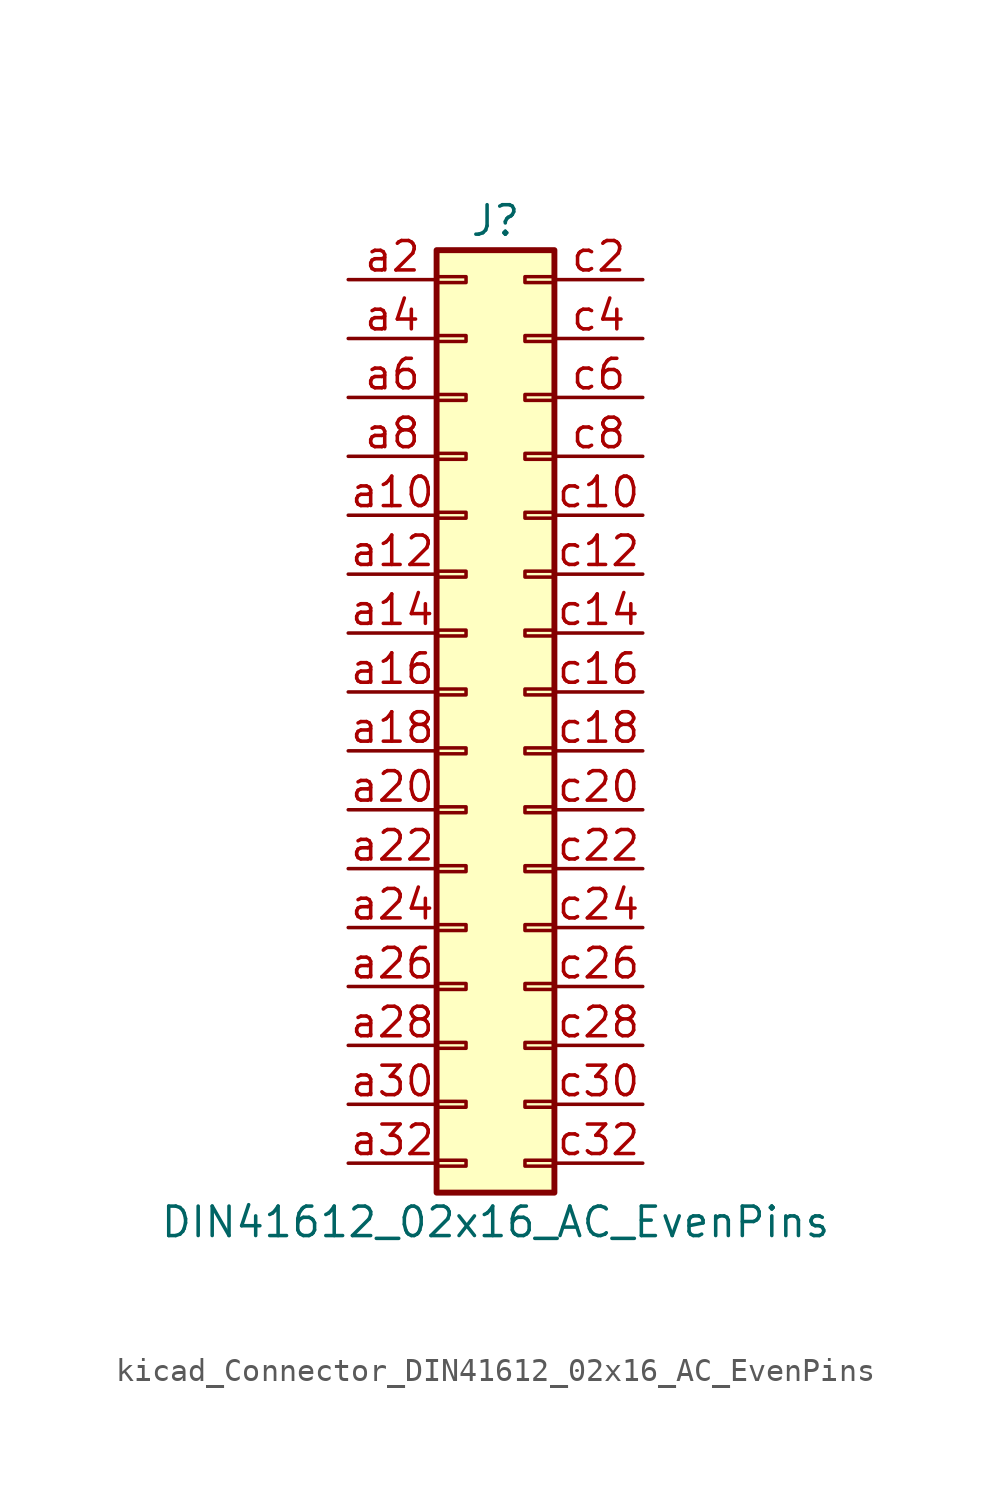
<source format=kicad_sym>
(kicad_symbol_lib
  (version 20220914)
  (generator kicad_symbol_editor)
  (symbol "kicad_Connector_DIN41612_02x16_AC_EvenPins"
    (pin_names
      (offset 1.016) hide)
    (property "Reference" "J"
      (at 1.27 20.32 0)
      (effects (font (size 1.27 1.27))))
    (property "Value" "DIN41612_02x16_AC_EvenPins"
      (at 1.27 -22.86 0)
      (effects (font (size 1.27 1.27))))
    (symbol "kicad_Connector_DIN41612_02x16_AC_EvenPins_1_1"
      (rectangle (start -1.27 -20.193) (end 0 -20.447) (stroke (width 0.152) (type default)) (fill (type none)))
      (rectangle (start -1.27 -17.653) (end 0 -17.907) (stroke (width 0.152) (type default)) (fill (type none)))
      (rectangle (start -1.27 -15.113) (end 0 -15.367) (stroke (width 0.152) (type default)) (fill (type none)))
      (rectangle (start -1.27 -12.573) (end 0 -12.827) (stroke (width 0.152) (type default)) (fill (type none)))
      (rectangle (start -1.27 -10.033) (end 0 -10.287) (stroke (width 0.152) (type default)) (fill (type none)))
      (rectangle (start -1.27 -7.493) (end 0 -7.747) (stroke (width 0.152) (type default)) (fill (type none)))
      (rectangle (start -1.27 -4.953) (end 0 -5.207) (stroke (width 0.152) (type default)) (fill (type none)))
      (rectangle (start -1.27 -2.413) (end 0 -2.667) (stroke (width 0.152) (type default)) (fill (type none)))
      (rectangle (start -1.27 0.127) (end 0 -0.127) (stroke (width 0.152) (type default)) (fill (type none)))
      (rectangle (start -1.27 2.667) (end 0 2.413) (stroke (width 0.152) (type default)) (fill (type none)))
      (rectangle (start -1.27 5.207) (end 0 4.953) (stroke (width 0.152) (type default)) (fill (type none)))
      (rectangle (start -1.27 7.747) (end 0 7.493) (stroke (width 0.152) (type default)) (fill (type none)))
      (rectangle (start -1.27 10.287) (end 0 10.033) (stroke (width 0.152) (type default)) (fill (type none)))
      (rectangle (start -1.27 12.827) (end 0 12.573) (stroke (width 0.152) (type default)) (fill (type none)))
      (rectangle (start -1.27 15.367) (end 0 15.113) (stroke (width 0.152) (type default)) (fill (type none)))
      (rectangle (start -1.27 17.907) (end 0 17.653) (stroke (width 0.152) (type default)) (fill (type none)))
      (rectangle (start -1.27 19.05) (end 3.81 -21.59) (stroke (width 0.254) (type default)) (fill (type background)))
      (rectangle (start 3.81 -20.193) (end 2.54 -20.447) (stroke (width 0.152) (type default)) (fill (type none)))
      (rectangle (start 3.81 -17.653) (end 2.54 -17.907) (stroke (width 0.152) (type default)) (fill (type none)))
      (rectangle (start 3.81 -15.113) (end 2.54 -15.367) (stroke (width 0.152) (type default)) (fill (type none)))
      (rectangle (start 3.81 -12.573) (end 2.54 -12.827) (stroke (width 0.152) (type default)) (fill (type none)))
      (rectangle (start 3.81 -10.033) (end 2.54 -10.287) (stroke (width 0.152) (type default)) (fill (type none)))
      (rectangle (start 3.81 -7.493) (end 2.54 -7.747) (stroke (width 0.152) (type default)) (fill (type none)))
      (rectangle (start 3.81 -4.953) (end 2.54 -5.207) (stroke (width 0.152) (type default)) (fill (type none)))
      (rectangle (start 3.81 -2.413) (end 2.54 -2.667) (stroke (width 0.152) (type default)) (fill (type none)))
      (rectangle (start 3.81 0.127) (end 2.54 -0.127) (stroke (width 0.152) (type default)) (fill (type none)))
      (rectangle (start 3.81 2.667) (end 2.54 2.413) (stroke (width 0.152) (type default)) (fill (type none)))
      (rectangle (start 3.81 5.207) (end 2.54 4.953) (stroke (width 0.152) (type default)) (fill (type none)))
      (rectangle (start 3.81 7.747) (end 2.54 7.493) (stroke (width 0.152) (type default)) (fill (type none)))
      (rectangle (start 3.81 10.287) (end 2.54 10.033) (stroke (width 0.152) (type default)) (fill (type none)))
      (rectangle (start 3.81 12.827) (end 2.54 12.573) (stroke (width 0.152) (type default)) (fill (type none)))
      (rectangle (start 3.81 15.367) (end 2.54 15.113) (stroke (width 0.152) (type default)) (fill (type none)))
      (rectangle (start 3.81 17.907) (end 2.54 17.653) (stroke (width 0.152) (type default)) (fill (type none)))
      (pin passive line (at -5.08 7.62 0) (length 3.81) (name "Pin_a10" (effects (font (size 1.27 1.27)))) (number "a10" (effects (font (size 1.27 1.27)))))
      (pin passive line (at -5.08 5.08 0) (length 3.81) (name "Pin_a12" (effects (font (size 1.27 1.27)))) (number "a12" (effects (font (size 1.27 1.27)))))
      (pin passive line (at -5.08 2.54 0) (length 3.81) (name "Pin_a14" (effects (font (size 1.27 1.27)))) (number "a14" (effects (font (size 1.27 1.27)))))
      (pin passive line (at -5.08 0 0) (length 3.81) (name "Pin_a16" (effects (font (size 1.27 1.27)))) (number "a16" (effects (font (size 1.27 1.27)))))
      (pin passive line (at -5.08 -2.54 0) (length 3.81) (name "Pin_a18" (effects (font (size 1.27 1.27)))) (number "a18" (effects (font (size 1.27 1.27)))))
      (pin passive line (at -5.08 17.78 0) (length 3.81) (name "Pin_a2" (effects (font (size 1.27 1.27)))) (number "a2" (effects (font (size 1.27 1.27)))))
      (pin passive line (at -5.08 -5.08 0) (length 3.81) (name "Pin_a20" (effects (font (size 1.27 1.27)))) (number "a20" (effects (font (size 1.27 1.27)))))
      (pin passive line (at -5.08 -7.62 0) (length 3.81) (name "Pin_a22" (effects (font (size 1.27 1.27)))) (number "a22" (effects (font (size 1.27 1.27)))))
      (pin passive line (at -5.08 -10.16 0) (length 3.81) (name "Pin_a24" (effects (font (size 1.27 1.27)))) (number "a24" (effects (font (size 1.27 1.27)))))
      (pin passive line (at -5.08 -12.7 0) (length 3.81) (name "Pin_a26" (effects (font (size 1.27 1.27)))) (number "a26" (effects (font (size 1.27 1.27)))))
      (pin passive line (at -5.08 -15.24 0) (length 3.81) (name "Pin_a28" (effects (font (size 1.27 1.27)))) (number "a28" (effects (font (size 1.27 1.27)))))
      (pin passive line (at -5.08 -17.78 0) (length 3.81) (name "Pin_a30" (effects (font (size 1.27 1.27)))) (number "a30" (effects (font (size 1.27 1.27)))))
      (pin passive line (at -5.08 -20.32 0) (length 3.81) (name "Pin_a32" (effects (font (size 1.27 1.27)))) (number "a32" (effects (font (size 1.27 1.27)))))
      (pin passive line (at -5.08 15.24 0) (length 3.81) (name "Pin_a4" (effects (font (size 1.27 1.27)))) (number "a4" (effects (font (size 1.27 1.27)))))
      (pin passive line (at -5.08 12.7 0) (length 3.81) (name "Pin_a6" (effects (font (size 1.27 1.27)))) (number "a6" (effects (font (size 1.27 1.27)))))
      (pin passive line (at -5.08 10.16 0) (length 3.81) (name "Pin_a8" (effects (font (size 1.27 1.27)))) (number "a8" (effects (font (size 1.27 1.27)))))
      (pin passive line (at 7.62 7.62 180) (length 3.81) (name "Pin_c10" (effects (font (size 1.27 1.27)))) (number "c10" (effects (font (size 1.27 1.27)))))
      (pin passive line (at 7.62 5.08 180) (length 3.81) (name "Pin_c12" (effects (font (size 1.27 1.27)))) (number "c12" (effects (font (size 1.27 1.27)))))
      (pin passive line (at 7.62 2.54 180) (length 3.81) (name "Pin_c14" (effects (font (size 1.27 1.27)))) (number "c14" (effects (font (size 1.27 1.27)))))
      (pin passive line (at 7.62 0 180) (length 3.81) (name "Pin_c16" (effects (font (size 1.27 1.27)))) (number "c16" (effects (font (size 1.27 1.27)))))
      (pin passive line (at 7.62 -2.54 180) (length 3.81) (name "Pin_c18" (effects (font (size 1.27 1.27)))) (number "c18" (effects (font (size 1.27 1.27)))))
      (pin passive line (at 7.62 17.78 180) (length 3.81) (name "Pin_c2" (effects (font (size 1.27 1.27)))) (number "c2" (effects (font (size 1.27 1.27)))))
      (pin passive line (at 7.62 -5.08 180) (length 3.81) (name "Pin_c20" (effects (font (size 1.27 1.27)))) (number "c20" (effects (font (size 1.27 1.27)))))
      (pin passive line (at 7.62 -7.62 180) (length 3.81) (name "Pin_c22" (effects (font (size 1.27 1.27)))) (number "c22" (effects (font (size 1.27 1.27)))))
      (pin passive line (at 7.62 -10.16 180) (length 3.81) (name "Pin_c24" (effects (font (size 1.27 1.27)))) (number "c24" (effects (font (size 1.27 1.27)))))
      (pin passive line (at 7.62 -12.7 180) (length 3.81) (name "Pin_c26" (effects (font (size 1.27 1.27)))) (number "c26" (effects (font (size 1.27 1.27)))))
      (pin passive line (at 7.62 -15.24 180) (length 3.81) (name "Pin_c28" (effects (font (size 1.27 1.27)))) (number "c28" (effects (font (size 1.27 1.27)))))
      (pin passive line (at 7.62 -17.78 180) (length 3.81) (name "Pin_c30" (effects (font (size 1.27 1.27)))) (number "c30" (effects (font (size 1.27 1.27)))))
      (pin passive line (at 7.62 -20.32 180) (length 3.81) (name "Pin_c32" (effects (font (size 1.27 1.27)))) (number "c32" (effects (font (size 1.27 1.27)))))
      (pin passive line (at 7.62 15.24 180) (length 3.81) (name "Pin_c4" (effects (font (size 1.27 1.27)))) (number "c4" (effects (font (size 1.27 1.27)))))
      (pin passive line (at 7.62 12.7 180) (length 3.81) (name "Pin_c6" (effects (font (size 1.27 1.27)))) (number "c6" (effects (font (size 1.27 1.27)))))
      (pin passive line (at 7.62 10.16 180) (length 3.81) (name "Pin_c8" (effects (font (size 1.27 1.27)))) (number "c8" (effects (font (size 1.27 1.27))))))))
</source>
